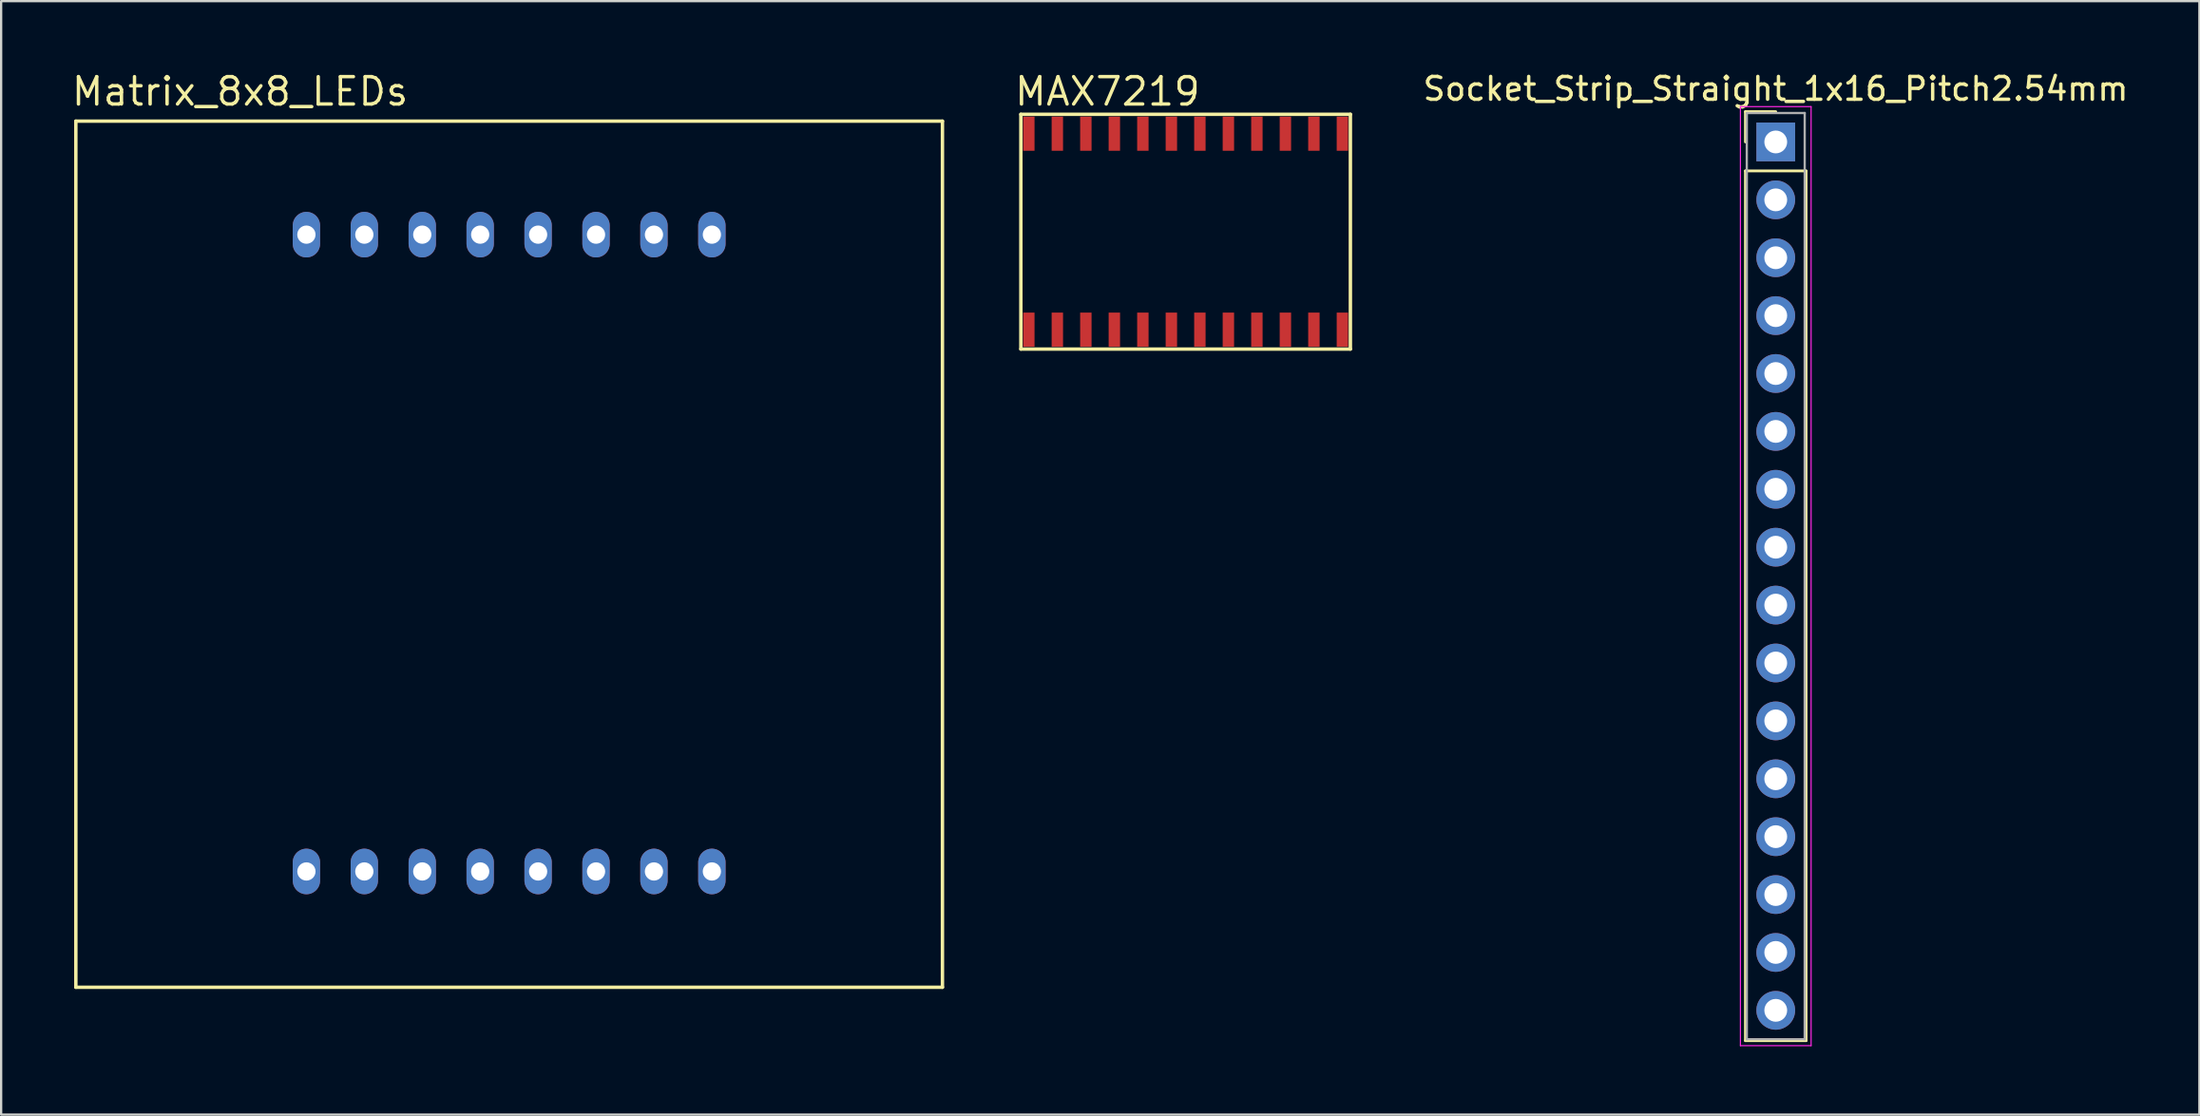
<source format=kicad_pcb>
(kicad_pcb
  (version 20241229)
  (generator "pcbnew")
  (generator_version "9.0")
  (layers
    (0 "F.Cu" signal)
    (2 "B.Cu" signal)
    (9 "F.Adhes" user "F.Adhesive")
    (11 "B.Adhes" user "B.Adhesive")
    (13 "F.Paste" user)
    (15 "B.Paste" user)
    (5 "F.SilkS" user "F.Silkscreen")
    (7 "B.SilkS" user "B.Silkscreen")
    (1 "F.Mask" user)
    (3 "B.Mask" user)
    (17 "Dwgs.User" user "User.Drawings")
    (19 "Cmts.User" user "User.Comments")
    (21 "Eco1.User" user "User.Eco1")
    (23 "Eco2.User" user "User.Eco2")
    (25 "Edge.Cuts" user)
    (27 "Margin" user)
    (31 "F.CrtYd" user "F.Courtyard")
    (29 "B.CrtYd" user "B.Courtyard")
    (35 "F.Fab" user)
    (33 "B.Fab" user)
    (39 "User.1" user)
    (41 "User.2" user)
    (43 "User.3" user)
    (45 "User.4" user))
  (footprint "Matrix_8x8_LEDs"
    (layer "F.Cu")
    (at 19.276 22.915)
    (property "Reference" "Matrix_8x8_LEDs" (at -11.8 -21.95 180) (layer "F.SilkS") (effects (font (size 1.2 1.2) (thickness 0.15))))
    (attr through_hole)
    (fp_line (start -19 17.35) (end -19 -20.65) (stroke (width 0.15) (type solid)) (layer "F.SilkS"))
    (fp_line (start -19 17.35) (end 19 17.35) (stroke (width 0.15) (type solid)) (layer "F.SilkS"))
    (fp_line (start 19 -20.65) (end -19 -20.65) (stroke (width 0.15) (type solid)) (layer "F.SilkS"))
    (fp_line (start 19 17.35) (end 19 -20.65) (stroke (width 0.15) (type solid)) (layer "F.SilkS"))
    (pad "1" thru_hole oval (at -8.89 12.27) (size 1.2 2) (drill 0.8) (layers "*.Cu" "*.Mask"))
    (pad "2" thru_hole oval (at -6.35 12.27) (size 1.2 2) (drill 0.8) (layers "*.Cu" "*.Mask"))
    (pad "3" thru_hole oval (at -3.81 12.27) (size 1.2 2) (drill 0.8) (layers "*.Cu" "*.Mask"))
    (pad "4" thru_hole oval (at -1.27 12.27) (size 1.2 2) (drill 0.8) (layers "*.Cu" "*.Mask"))
    (pad "5" thru_hole oval (at 1.27 12.27) (size 1.2 2) (drill 0.8) (layers "*.Cu" "*.Mask"))
    (pad "6" thru_hole oval (at 3.81 12.27) (size 1.2 2) (drill 0.8) (layers "*.Cu" "*.Mask"))
    (pad "7" thru_hole oval (at 6.35 12.27) (size 1.2 2) (drill 0.8) (layers "*.Cu" "*.Mask"))
    (pad "8" thru_hole oval (at 8.89 12.27) (size 1.2 2) (drill 0.8) (layers "*.Cu" "*.Mask"))
    (pad "9" thru_hole oval (at 8.89 -15.67) (size 1.2 2) (drill 0.8) (layers "*.Cu" "*.Mask"))
    (pad "10" thru_hole oval (at 6.35 -15.67) (size 1.2 2) (drill 0.8) (layers "*.Cu" "*.Mask"))
    (pad "11" thru_hole oval (at 3.81 -15.67) (size 1.2 2) (drill 0.8) (layers "*.Cu" "*.Mask"))
    (pad "12" thru_hole oval (at 1.27 -15.67) (size 1.2 2) (drill 0.8) (layers "*.Cu" "*.Mask"))
    (pad "13" thru_hole oval (at -1.27 -15.67) (size 1.2 2) (drill 0.8) (layers "*.Cu" "*.Mask"))
    (pad "14" thru_hole oval (at -3.81 -15.67) (size 1.2 2) (drill 0.8) (layers "*.Cu" "*.Mask"))
    (pad "15" thru_hole oval (at -6.35 -15.67) (size 1.2 2) (drill 0.8) (layers "*.Cu" "*.Mask"))
    (pad "16" thru_hole oval (at -8.89 -15.67) (size 1.2 2) (drill 0.8) (layers "*.Cu" "*.Mask")))
  (footprint "MAX7219"
    (layer "F.Cu")
    (at 49.064 7.015)
    (property "Reference" "MAX7219" (at -3.55 -6.05 180) (layer "F.SilkS") (effects (font (size 1.2 1.2) (thickness 0.15))))
    (attr through_hole)
    (fp_line (start -7.35 -5.05) (end -7.35 5.25) (stroke (width 0.15) (type solid)) (layer "F.SilkS"))
    (fp_line (start -7.35 5.25) (end 7.1 5.25) (stroke (width 0.15) (type solid)) (layer "F.SilkS"))
    (fp_line (start 7.1 -5.05) (end -7.35 -5.05) (stroke (width 0.15) (type solid)) (layer "F.SilkS"))
    (fp_line (start 7.1 5.25) (end 7.1 -5.05) (stroke (width 0.15) (type solid)) (layer "F.SilkS"))
    (pad "1" smd rect (at -7 4.4) (size 0.5 1.5) (layers "F.Cu" "F.Mask" "F.Paste"))
    (pad "2" smd rect (at -5.75 4.4) (size 0.5 1.5) (layers "F.Cu" "F.Mask" "F.Paste"))
    (pad "3" smd rect (at -4.5 4.4) (size 0.5 1.5) (layers "F.Cu" "F.Mask" "F.Paste"))
    (pad "4" smd rect (at -3.25 4.4) (size 0.5 1.5) (layers "F.Cu" "F.Mask" "F.Paste"))
    (pad "5" smd rect (at -2 4.4) (size 0.5 1.5) (layers "F.Cu" "F.Mask" "F.Paste"))
    (pad "6" smd rect (at -0.75 4.4) (size 0.5 1.5) (layers "F.Cu" "F.Mask" "F.Paste"))
    (pad "7" smd rect (at 0.5 4.4) (size 0.5 1.5) (layers "F.Cu" "F.Mask" "F.Paste"))
    (pad "8" smd rect (at 1.75 4.4) (size 0.5 1.5) (layers "F.Cu" "F.Mask" "F.Paste"))
    (pad "9" smd rect (at 3 4.4) (size 0.5 1.5) (layers "F.Cu" "F.Mask" "F.Paste"))
    (pad "10" smd rect (at 4.25 4.4) (size 0.5 1.5) (layers "F.Cu" "F.Mask" "F.Paste"))
    (pad "11" smd rect (at 5.5 4.4) (size 0.5 1.5) (layers "F.Cu" "F.Mask" "F.Paste"))
    (pad "12" smd rect (at 6.75 4.4) (size 0.5 1.5) (layers "F.Cu" "F.Mask" "F.Paste"))
    (pad "13" smd rect (at 6.75 -4.2) (size 0.5 1.5) (layers "F.Cu" "F.Mask" "F.Paste"))
    (pad "14" smd rect (at 5.5 -4.2) (size 0.5 1.5) (layers "F.Cu" "F.Mask" "F.Paste"))
    (pad "15" smd rect (at 4.25 -4.2) (size 0.5 1.5) (layers "F.Cu" "F.Mask" "F.Paste"))
    (pad "16" smd rect (at 3 -4.2) (size 0.5 1.5) (layers "F.Cu" "F.Mask" "F.Paste"))
    (pad "17" smd rect (at 1.75 -4.2) (size 0.5 1.5) (layers "F.Cu" "F.Mask" "F.Paste"))
    (pad "18" smd rect (at 0.5 -4.2) (size 0.5 1.5) (layers "F.Cu" "F.Mask" "F.Paste"))
    (pad "19" smd rect (at -0.75 -4.2) (size 0.5 1.5) (layers "F.Cu" "F.Mask" "F.Paste"))
    (pad "20" smd rect (at -2 -4.2) (size 0.5 1.5) (layers "F.Cu" "F.Mask" "F.Paste"))
    (pad "21" smd rect (at -3.25 -4.2) (size 0.5 1.5) (layers "F.Cu" "F.Mask" "F.Paste"))
    (pad "22" smd rect (at -4.5 -4.2) (size 0.5 1.5) (layers "F.Cu" "F.Mask" "F.Paste"))
    (pad "23" smd rect (at -5.75 -4.2) (size 0.5 1.5) (layers "F.Cu" "F.Mask" "F.Paste"))
    (pad "24" smd rect (at -7 -4.2) (size 0.5 1.5) (layers "F.Cu" "F.Mask" "F.Paste")))
  (footprint "Socket_Strip_Straight_1x16_Pitch2.54mm"
    (layer "F.Cu")
    (at 74.816 3.178)
    (property "Reference" "Socket_Strip_Straight_1x16_Pitch2.54mm" (at 0 -2.33 0) (layer "F.SilkS") (effects (font (size 1 1) (thickness 0.15))))
    (attr through_hole)
    (fp_line (start -1.33 -1.33) (end 0 -1.33) (stroke (width 0.12) (type solid)) (layer "F.SilkS"))
    (fp_line (start -1.33 0) (end -1.33 -1.33) (stroke (width 0.12) (type solid)) (layer "F.SilkS"))
    (fp_line (start -1.33 1.27) (end -1.33 39.43) (stroke (width 0.12) (type solid)) (layer "F.SilkS"))
    (fp_line (start -1.33 39.43) (end 1.33 39.43) (stroke (width 0.12) (type solid)) (layer "F.SilkS"))
    (fp_line (start 1.33 1.27) (end -1.33 1.27) (stroke (width 0.12) (type solid)) (layer "F.SilkS"))
    (fp_line (start 1.33 39.43) (end 1.33 1.27) (stroke (width 0.12) (type solid)) (layer "F.SilkS"))
    (fp_line (start -1.55 -1.55) (end -1.55 39.65) (stroke (width 0.05) (type solid)) (layer "F.CrtYd"))
    (fp_line (start -1.55 39.65) (end 1.55 39.65) (stroke (width 0.05) (type solid)) (layer "F.CrtYd"))
    (fp_line (start 1.55 -1.55) (end -1.55 -1.55) (stroke (width 0.05) (type solid)) (layer "F.CrtYd"))
    (fp_line (start 1.55 39.65) (end 1.55 -1.55) (stroke (width 0.05) (type solid)) (layer "F.CrtYd"))
    (fp_line (start -1.27 -1.27) (end -1.27 39.37) (stroke (width 0.1) (type solid)) (layer "F.Fab"))
    (fp_line (start -1.27 39.37) (end 1.27 39.37) (stroke (width 0.1) (type solid)) (layer "F.Fab"))
    (fp_line (start 1.27 -1.27) (end -1.27 -1.27) (stroke (width 0.1) (type solid)) (layer "F.Fab"))
    (fp_line (start 1.27 39.37) (end 1.27 -1.27) (stroke (width 0.1) (type solid)) (layer "F.Fab"))
    (pad "1" thru_hole rect (at 0 0) (size 1.7 1.7) (drill 1) (layers "*.Cu" "*.Mask"))
    (pad "2" thru_hole oval (at 0 2.54) (size 1.7 1.7) (drill 1) (layers "*.Cu" "*.Mask"))
    (pad "3" thru_hole oval (at 0 5.08) (size 1.7 1.7) (drill 1) (layers "*.Cu" "*.Mask"))
    (pad "4" thru_hole oval (at 0 7.62) (size 1.7 1.7) (drill 1) (layers "*.Cu" "*.Mask"))
    (pad "5" thru_hole oval (at 0 10.16) (size 1.7 1.7) (drill 1) (layers "*.Cu" "*.Mask"))
    (pad "6" thru_hole oval (at 0 12.7) (size 1.7 1.7) (drill 1) (layers "*.Cu" "*.Mask"))
    (pad "7" thru_hole oval (at 0 15.24) (size 1.7 1.7) (drill 1) (layers "*.Cu" "*.Mask"))
    (pad "8" thru_hole oval (at 0 17.78) (size 1.7 1.7) (drill 1) (layers "*.Cu" "*.Mask"))
    (pad "9" thru_hole oval (at 0 20.32) (size 1.7 1.7) (drill 1) (layers "*.Cu" "*.Mask"))
    (pad "10" thru_hole oval (at 0 22.86) (size 1.7 1.7) (drill 1) (layers "*.Cu" "*.Mask"))
    (pad "11" thru_hole oval (at 0 25.4) (size 1.7 1.7) (drill 1) (layers "*.Cu" "*.Mask"))
    (pad "12" thru_hole oval (at 0 27.94) (size 1.7 1.7) (drill 1) (layers "*.Cu" "*.Mask"))
    (pad "13" thru_hole oval (at 0 30.48) (size 1.7 1.7) (drill 1) (layers "*.Cu" "*.Mask"))
    (pad "14" thru_hole oval (at 0 33.02) (size 1.7 1.7) (drill 1) (layers "*.Cu" "*.Mask"))
    (pad "15" thru_hole oval (at 0 35.56) (size 1.7 1.7) (drill 1) (layers "*.Cu" "*.Mask"))
    (pad "16" thru_hole oval (at 0 38.1) (size 1.7 1.7) (drill 1) (layers "*.Cu" "*.Mask")))
  (gr_rect
    (start -3 -3)
    (end 93.393 45.853)
    (stroke (width 0.1) (type default))
    (fill no)
    (layer "Edge.Cuts")))
</source>
